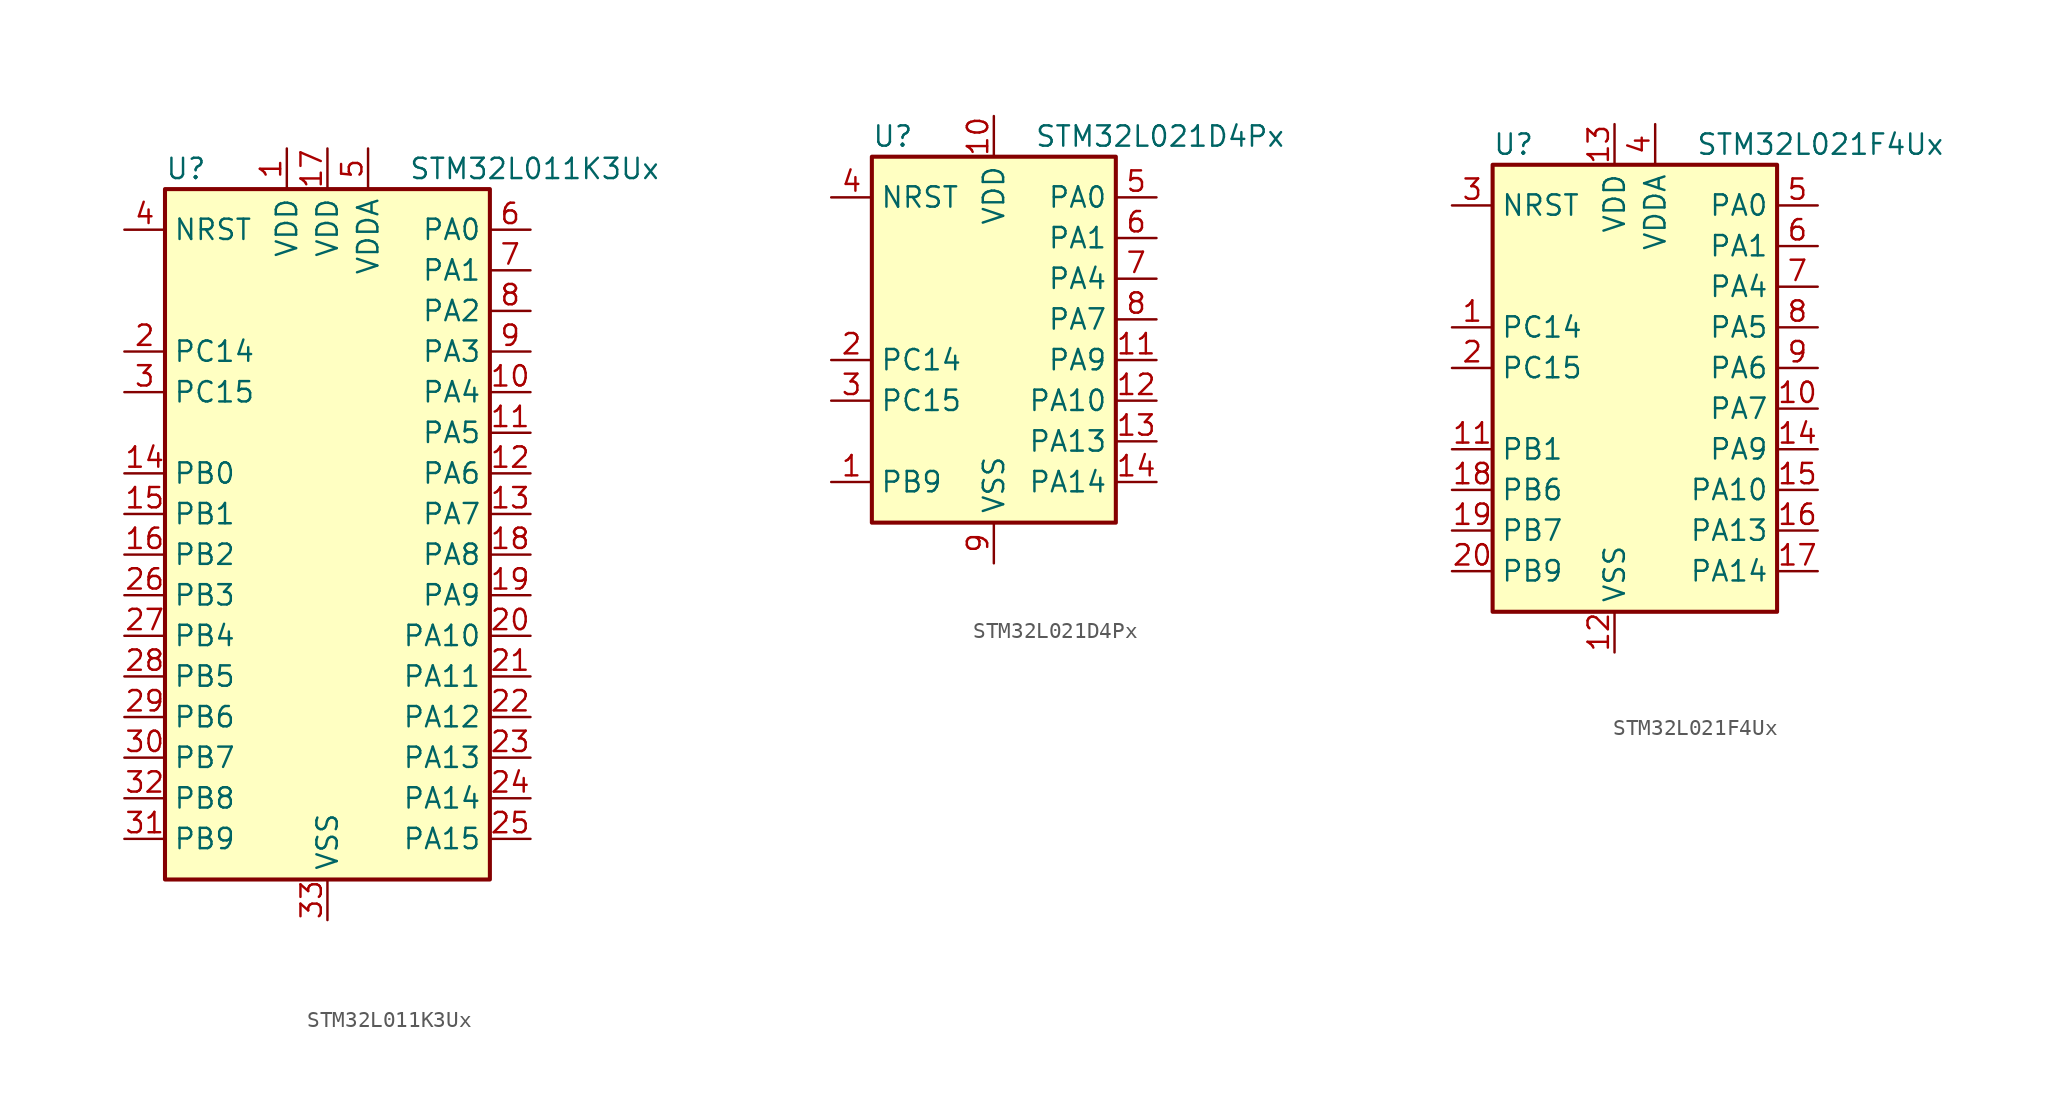
<source format=kicad_sym>
(kicad_symbol_lib
  (version 20201005)
  (generator kicad_symbol_editor)
  (symbol "STM32L011K3Ux"
    (property "Reference" "U"
      (at -10.16 21.59 0)
      (effects (font (size 1.27 1.27)) (justify left)))
    (property "Value" "STM32L011K3Ux"
      (at 5.08 21.59 0)
      (effects (font (size 1.27 1.27)) (justify left)))
    (symbol "STM32L011K3Ux_0_1"
      (rectangle (start -10.16 -22.86) (end 10.16 20.32) (stroke (width 0.254)) (fill (type background))))
    (symbol "STM32L011K3Ux_1_1"
      (pin input line (at -12.7 17.78 0) (length 2.54) (name "NRST" (effects (font (size 1.27 1.27)))) (number "4" (effects (font (size 1.27 1.27)))))
      (pin bidirectional line (at 12.7 17.78 180) (length 2.54) (name "PA0" (effects (font (size 1.27 1.27)))) (number "6" (effects (font (size 1.27 1.27)))))
      (pin bidirectional line (at 12.7 15.24 180) (length 2.54) (name "PA1" (effects (font (size 1.27 1.27)))) (number "7" (effects (font (size 1.27 1.27)))))
      (pin bidirectional line (at 12.7 -7.62 180) (length 2.54) (name "PA10" (effects (font (size 1.27 1.27)))) (number "20" (effects (font (size 1.27 1.27)))))
      (pin bidirectional line (at 12.7 -10.16 180) (length 2.54) (name "PA11" (effects (font (size 1.27 1.27)))) (number "21" (effects (font (size 1.27 1.27)))))
      (pin bidirectional line (at 12.7 -12.7 180) (length 2.54) (name "PA12" (effects (font (size 1.27 1.27)))) (number "22" (effects (font (size 1.27 1.27)))))
      (pin bidirectional line (at 12.7 -15.24 180) (length 2.54) (name "PA13" (effects (font (size 1.27 1.27)))) (number "23" (effects (font (size 1.27 1.27)))))
      (pin bidirectional line (at 12.7 -17.78 180) (length 2.54) (name "PA14" (effects (font (size 1.27 1.27)))) (number "24" (effects (font (size 1.27 1.27)))))
      (pin bidirectional line (at 12.7 -20.32 180) (length 2.54) (name "PA15" (effects (font (size 1.27 1.27)))) (number "25" (effects (font (size 1.27 1.27)))))
      (pin bidirectional line (at 12.7 12.7 180) (length 2.54) (name "PA2" (effects (font (size 1.27 1.27)))) (number "8" (effects (font (size 1.27 1.27)))))
      (pin bidirectional line (at 12.7 10.16 180) (length 2.54) (name "PA3" (effects (font (size 1.27 1.27)))) (number "9" (effects (font (size 1.27 1.27)))))
      (pin bidirectional line (at 12.7 7.62 180) (length 2.54) (name "PA4" (effects (font (size 1.27 1.27)))) (number "10" (effects (font (size 1.27 1.27)))))
      (pin bidirectional line (at 12.7 5.08 180) (length 2.54) (name "PA5" (effects (font (size 1.27 1.27)))) (number "11" (effects (font (size 1.27 1.27)))))
      (pin bidirectional line (at 12.7 2.54 180) (length 2.54) (name "PA6" (effects (font (size 1.27 1.27)))) (number "12" (effects (font (size 1.27 1.27)))))
      (pin bidirectional line (at 12.7 0 180) (length 2.54) (name "PA7" (effects (font (size 1.27 1.27)))) (number "13" (effects (font (size 1.27 1.27)))))
      (pin bidirectional line (at 12.7 -2.54 180) (length 2.54) (name "PA8" (effects (font (size 1.27 1.27)))) (number "18" (effects (font (size 1.27 1.27)))))
      (pin bidirectional line (at 12.7 -5.08 180) (length 2.54) (name "PA9" (effects (font (size 1.27 1.27)))) (number "19" (effects (font (size 1.27 1.27)))))
      (pin bidirectional line (at -12.7 2.54 0) (length 2.54) (name "PB0" (effects (font (size 1.27 1.27)))) (number "14" (effects (font (size 1.27 1.27)))))
      (pin bidirectional line (at -12.7 0 0) (length 2.54) (name "PB1" (effects (font (size 1.27 1.27)))) (number "15" (effects (font (size 1.27 1.27)))))
      (pin bidirectional line (at -12.7 -2.54 0) (length 2.54) (name "PB2" (effects (font (size 1.27 1.27)))) (number "16" (effects (font (size 1.27 1.27)))))
      (pin bidirectional line (at -12.7 -5.08 0) (length 2.54) (name "PB3" (effects (font (size 1.27 1.27)))) (number "26" (effects (font (size 1.27 1.27)))))
      (pin bidirectional line (at -12.7 -7.62 0) (length 2.54) (name "PB4" (effects (font (size 1.27 1.27)))) (number "27" (effects (font (size 1.27 1.27)))))
      (pin bidirectional line (at -12.7 -10.16 0) (length 2.54) (name "PB5" (effects (font (size 1.27 1.27)))) (number "28" (effects (font (size 1.27 1.27)))))
      (pin bidirectional line (at -12.7 -12.7 0) (length 2.54) (name "PB6" (effects (font (size 1.27 1.27)))) (number "29" (effects (font (size 1.27 1.27)))))
      (pin bidirectional line (at -12.7 -15.24 0) (length 2.54) (name "PB7" (effects (font (size 1.27 1.27)))) (number "30" (effects (font (size 1.27 1.27)))))
      (pin bidirectional line (at -12.7 -17.78 0) (length 2.54) (name "PB8" (effects (font (size 1.27 1.27)))) (number "32" (effects (font (size 1.27 1.27)))))
      (pin bidirectional line (at -12.7 -20.32 0) (length 2.54) (name "PB9" (effects (font (size 1.27 1.27)))) (number "31" (effects (font (size 1.27 1.27)))))
      (pin bidirectional line (at -12.7 10.16 0) (length 2.54) (name "PC14" (effects (font (size 1.27 1.27)))) (number "2" (effects (font (size 1.27 1.27)))))
      (pin bidirectional line (at -12.7 7.62 0) (length 2.54) (name "PC15" (effects (font (size 1.27 1.27)))) (number "3" (effects (font (size 1.27 1.27)))))
      (pin power_in line (at -2.54 22.86 270) (length 2.54) (name "VDD" (effects (font (size 1.27 1.27)))) (number "1" (effects (font (size 1.27 1.27)))))
      (pin power_in line (at 0 22.86 270) (length 2.54) (name "VDD" (effects (font (size 1.27 1.27)))) (number "17" (effects (font (size 1.27 1.27)))))
      (pin power_in line (at 2.54 22.86 270) (length 2.54) (name "VDDA" (effects (font (size 1.27 1.27)))) (number "5" (effects (font (size 1.27 1.27)))))
      (pin power_in line (at 0 -25.4 90) (length 2.54) (name "VSS" (effects (font (size 1.27 1.27)))) (number "33" (effects (font (size 1.27 1.27)))))))
  (symbol "STM32L021D4Px"
    (property "Reference" "U"
      (at -7.62 11.43 0)
      (effects (font (size 1.27 1.27)) (justify left)))
    (property "Value" "STM32L021D4Px"
      (at 2.54 11.43 0)
      (effects (font (size 1.27 1.27)) (justify left)))
    (symbol "STM32L021D4Px_0_1"
      (rectangle (start -7.62 -12.7) (end 7.62 10.16) (stroke (width 0.254)) (fill (type background))))
    (symbol "STM32L021D4Px_1_1"
      (pin input line (at -10.16 7.62 0) (length 2.54) (name "NRST" (effects (font (size 1.27 1.27)))) (number "4" (effects (font (size 1.27 1.27)))))
      (pin bidirectional line (at 10.16 7.62 180) (length 2.54) (name "PA0" (effects (font (size 1.27 1.27)))) (number "5" (effects (font (size 1.27 1.27)))))
      (pin bidirectional line (at 10.16 5.08 180) (length 2.54) (name "PA1" (effects (font (size 1.27 1.27)))) (number "6" (effects (font (size 1.27 1.27)))))
      (pin bidirectional line (at 10.16 -5.08 180) (length 2.54) (name "PA10" (effects (font (size 1.27 1.27)))) (number "12" (effects (font (size 1.27 1.27)))))
      (pin bidirectional line (at 10.16 -7.62 180) (length 2.54) (name "PA13" (effects (font (size 1.27 1.27)))) (number "13" (effects (font (size 1.27 1.27)))))
      (pin bidirectional line (at 10.16 -10.16 180) (length 2.54) (name "PA14" (effects (font (size 1.27 1.27)))) (number "14" (effects (font (size 1.27 1.27)))))
      (pin bidirectional line (at 10.16 2.54 180) (length 2.54) (name "PA4" (effects (font (size 1.27 1.27)))) (number "7" (effects (font (size 1.27 1.27)))))
      (pin bidirectional line (at 10.16 0 180) (length 2.54) (name "PA7" (effects (font (size 1.27 1.27)))) (number "8" (effects (font (size 1.27 1.27)))))
      (pin bidirectional line (at 10.16 -2.54 180) (length 2.54) (name "PA9" (effects (font (size 1.27 1.27)))) (number "11" (effects (font (size 1.27 1.27)))))
      (pin bidirectional line (at -10.16 -10.16 0) (length 2.54) (name "PB9" (effects (font (size 1.27 1.27)))) (number "1" (effects (font (size 1.27 1.27)))))
      (pin bidirectional line (at -10.16 -2.54 0) (length 2.54) (name "PC14" (effects (font (size 1.27 1.27)))) (number "2" (effects (font (size 1.27 1.27)))))
      (pin bidirectional line (at -10.16 -5.08 0) (length 2.54) (name "PC15" (effects (font (size 1.27 1.27)))) (number "3" (effects (font (size 1.27 1.27)))))
      (pin power_in line (at 0 12.7 270) (length 2.54) (name "VDD" (effects (font (size 1.27 1.27)))) (number "10" (effects (font (size 1.27 1.27)))))
      (pin power_in line (at 0 -15.24 90) (length 2.54) (name "VSS" (effects (font (size 1.27 1.27)))) (number "9" (effects (font (size 1.27 1.27)))))))
  (symbol "STM32L021F4Ux"
    (property "Reference" "U"
      (at -10.16 13.97 0)
      (effects (font (size 1.27 1.27)) (justify left)))
    (property "Value" "STM32L021F4Ux"
      (at 2.54 13.97 0)
      (effects (font (size 1.27 1.27)) (justify left)))
    (symbol "STM32L021F4Ux_0_1"
      (rectangle (start -10.16 -15.24) (end 7.62 12.7) (stroke (width 0.254)) (fill (type background))))
    (symbol "STM32L021F4Ux_1_1"
      (pin input line (at -12.7 10.16 0) (length 2.54) (name "NRST" (effects (font (size 1.27 1.27)))) (number "3" (effects (font (size 1.27 1.27)))))
      (pin bidirectional line (at 10.16 10.16 180) (length 2.54) (name "PA0" (effects (font (size 1.27 1.27)))) (number "5" (effects (font (size 1.27 1.27)))))
      (pin bidirectional line (at 10.16 7.62 180) (length 2.54) (name "PA1" (effects (font (size 1.27 1.27)))) (number "6" (effects (font (size 1.27 1.27)))))
      (pin bidirectional line (at 10.16 -7.62 180) (length 2.54) (name "PA10" (effects (font (size 1.27 1.27)))) (number "15" (effects (font (size 1.27 1.27)))))
      (pin bidirectional line (at 10.16 -10.16 180) (length 2.54) (name "PA13" (effects (font (size 1.27 1.27)))) (number "16" (effects (font (size 1.27 1.27)))))
      (pin bidirectional line (at 10.16 -12.7 180) (length 2.54) (name "PA14" (effects (font (size 1.27 1.27)))) (number "17" (effects (font (size 1.27 1.27)))))
      (pin bidirectional line (at 10.16 5.08 180) (length 2.54) (name "PA4" (effects (font (size 1.27 1.27)))) (number "7" (effects (font (size 1.27 1.27)))))
      (pin bidirectional line (at 10.16 2.54 180) (length 2.54) (name "PA5" (effects (font (size 1.27 1.27)))) (number "8" (effects (font (size 1.27 1.27)))))
      (pin bidirectional line (at 10.16 0 180) (length 2.54) (name "PA6" (effects (font (size 1.27 1.27)))) (number "9" (effects (font (size 1.27 1.27)))))
      (pin bidirectional line (at 10.16 -2.54 180) (length 2.54) (name "PA7" (effects (font (size 1.27 1.27)))) (number "10" (effects (font (size 1.27 1.27)))))
      (pin bidirectional line (at 10.16 -5.08 180) (length 2.54) (name "PA9" (effects (font (size 1.27 1.27)))) (number "14" (effects (font (size 1.27 1.27)))))
      (pin bidirectional line (at -12.7 -5.08 0) (length 2.54) (name "PB1" (effects (font (size 1.27 1.27)))) (number "11" (effects (font (size 1.27 1.27)))))
      (pin bidirectional line (at -12.7 -7.62 0) (length 2.54) (name "PB6" (effects (font (size 1.27 1.27)))) (number "18" (effects (font (size 1.27 1.27)))))
      (pin bidirectional line (at -12.7 -10.16 0) (length 2.54) (name "PB7" (effects (font (size 1.27 1.27)))) (number "19" (effects (font (size 1.27 1.27)))))
      (pin bidirectional line (at -12.7 -12.7 0) (length 2.54) (name "PB9" (effects (font (size 1.27 1.27)))) (number "20" (effects (font (size 1.27 1.27)))))
      (pin bidirectional line (at -12.7 2.54 0) (length 2.54) (name "PC14" (effects (font (size 1.27 1.27)))) (number "1" (effects (font (size 1.27 1.27)))))
      (pin bidirectional line (at -12.7 0 0) (length 2.54) (name "PC15" (effects (font (size 1.27 1.27)))) (number "2" (effects (font (size 1.27 1.27)))))
      (pin power_in line (at -2.54 15.24 270) (length 2.54) (name "VDD" (effects (font (size 1.27 1.27)))) (number "13" (effects (font (size 1.27 1.27)))))
      (pin power_in line (at 0 15.24 270) (length 2.54) (name "VDDA" (effects (font (size 1.27 1.27)))) (number "4" (effects (font (size 1.27 1.27)))))
      (pin power_in line (at -2.54 -17.78 90) (length 2.54) (name "VSS" (effects (font (size 1.27 1.27)))) (number "12" (effects (font (size 1.27 1.27))))))))
</source>
